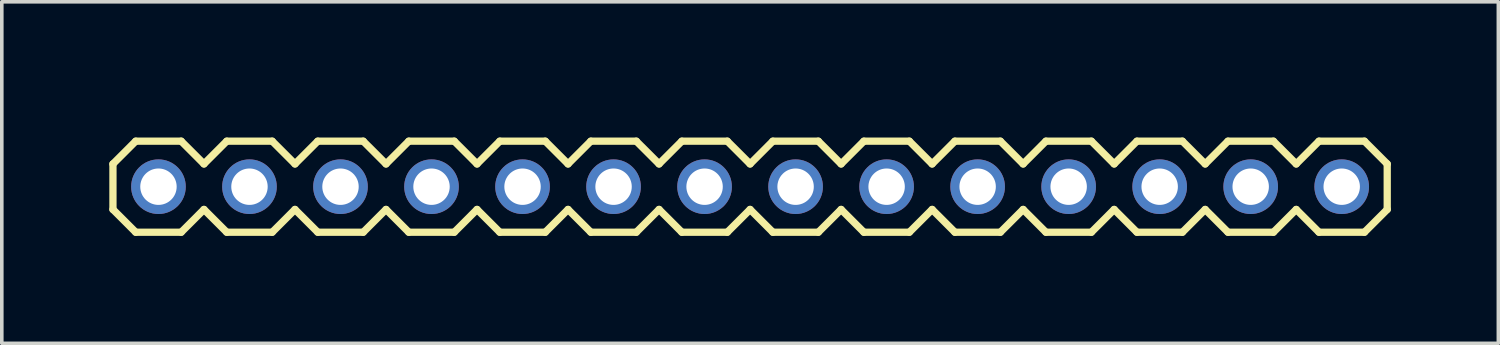
<source format=kicad_pcb>
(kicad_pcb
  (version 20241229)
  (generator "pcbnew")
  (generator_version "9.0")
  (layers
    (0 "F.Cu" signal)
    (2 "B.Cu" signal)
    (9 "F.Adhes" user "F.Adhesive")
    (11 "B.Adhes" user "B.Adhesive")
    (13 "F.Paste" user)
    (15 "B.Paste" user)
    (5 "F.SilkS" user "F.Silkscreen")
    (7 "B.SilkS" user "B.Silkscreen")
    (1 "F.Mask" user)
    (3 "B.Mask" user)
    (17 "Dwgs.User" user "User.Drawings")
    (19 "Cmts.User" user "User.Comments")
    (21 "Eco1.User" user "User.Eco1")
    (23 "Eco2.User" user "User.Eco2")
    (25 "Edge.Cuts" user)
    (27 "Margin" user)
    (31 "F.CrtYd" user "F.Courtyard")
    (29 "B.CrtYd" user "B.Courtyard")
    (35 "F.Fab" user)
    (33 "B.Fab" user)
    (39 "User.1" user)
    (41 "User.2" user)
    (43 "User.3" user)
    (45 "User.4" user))
  (footprint "1X14"
    (layer "F.Cu")
    (at 1.372 2.16)
    (property "Reference" "1X14" (at 1.194 -1.194 0) (layer "Eco1.User") (effects (font (size 1.27 1.27) (thickness 0.127))))
    (attr through_hole)
    (fp_line (start -1.27 -0.635) (end -1.27 0.635) (stroke (width 0.203) (type solid)) (layer "F.SilkS"))
    (fp_line (start -1.27 0.635) (end -0.635 1.27) (stroke (width 0.203) (type solid)) (layer "F.SilkS"))
    (fp_line (start -0.635 -1.27) (end -1.27 -0.635) (stroke (width 0.203) (type solid)) (layer "F.SilkS"))
    (fp_line (start -0.635 -1.27) (end 0.635 -1.27) (stroke (width 0.203) (type solid)) (layer "F.SilkS"))
    (fp_line (start 0.635 -1.27) (end 1.27 -0.635) (stroke (width 0.203) (type solid)) (layer "F.SilkS"))
    (fp_line (start 0.635 1.27) (end -0.635 1.27) (stroke (width 0.203) (type solid)) (layer "F.SilkS"))
    (fp_line (start 1.27 -0.635) (end 1.905 -1.27) (stroke (width 0.203) (type solid)) (layer "F.SilkS"))
    (fp_line (start 1.27 0.635) (end 0.635 1.27) (stroke (width 0.203) (type solid)) (layer "F.SilkS"))
    (fp_line (start 1.905 -1.27) (end 3.175 -1.27) (stroke (width 0.203) (type solid)) (layer "F.SilkS"))
    (fp_line (start 1.905 1.27) (end 1.27 0.635) (stroke (width 0.203) (type solid)) (layer "F.SilkS"))
    (fp_line (start 3.175 -1.27) (end 3.81 -0.635) (stroke (width 0.203) (type solid)) (layer "F.SilkS"))
    (fp_line (start 3.175 1.27) (end 1.905 1.27) (stroke (width 0.203) (type solid)) (layer "F.SilkS"))
    (fp_line (start 3.81 -0.635) (end 4.445 -1.27) (stroke (width 0.203) (type solid)) (layer "F.SilkS"))
    (fp_line (start 3.81 0.635) (end 3.175 1.27) (stroke (width 0.203) (type solid)) (layer "F.SilkS"))
    (fp_line (start 4.445 -1.27) (end 5.715 -1.27) (stroke (width 0.203) (type solid)) (layer "F.SilkS"))
    (fp_line (start 4.445 1.27) (end 3.81 0.635) (stroke (width 0.203) (type solid)) (layer "F.SilkS"))
    (fp_line (start 5.715 -1.27) (end 6.35 -0.635) (stroke (width 0.203) (type solid)) (layer "F.SilkS"))
    (fp_line (start 5.715 1.27) (end 4.445 1.27) (stroke (width 0.203) (type solid)) (layer "F.SilkS"))
    (fp_line (start 6.35 0.635) (end 5.715 1.27) (stroke (width 0.203) (type solid)) (layer "F.SilkS"))
    (fp_line (start 6.35 0.635) (end 6.985 1.27) (stroke (width 0.203) (type solid)) (layer "F.SilkS"))
    (fp_line (start 6.985 -1.27) (end 6.35 -0.635) (stroke (width 0.203) (type solid)) (layer "F.SilkS"))
    (fp_line (start 6.985 -1.27) (end 8.255 -1.27) (stroke (width 0.203) (type solid)) (layer "F.SilkS"))
    (fp_line (start 8.255 -1.27) (end 8.89 -0.635) (stroke (width 0.203) (type solid)) (layer "F.SilkS"))
    (fp_line (start 8.255 1.27) (end 6.985 1.27) (stroke (width 0.203) (type solid)) (layer "F.SilkS"))
    (fp_line (start 8.89 -0.635) (end 9.525 -1.27) (stroke (width 0.203) (type solid)) (layer "F.SilkS"))
    (fp_line (start 8.89 0.635) (end 8.255 1.27) (stroke (width 0.203) (type solid)) (layer "F.SilkS"))
    (fp_line (start 9.525 -1.27) (end 10.795 -1.27) (stroke (width 0.203) (type solid)) (layer "F.SilkS"))
    (fp_line (start 9.525 1.27) (end 8.89 0.635) (stroke (width 0.203) (type solid)) (layer "F.SilkS"))
    (fp_line (start 10.795 -1.27) (end 11.43 -0.635) (stroke (width 0.203) (type solid)) (layer "F.SilkS"))
    (fp_line (start 10.795 1.27) (end 9.525 1.27) (stroke (width 0.203) (type solid)) (layer "F.SilkS"))
    (fp_line (start 11.43 -0.635) (end 12.065 -1.27) (stroke (width 0.203) (type solid)) (layer "F.SilkS"))
    (fp_line (start 11.43 0.635) (end 10.795 1.27) (stroke (width 0.203) (type solid)) (layer "F.SilkS"))
    (fp_line (start 12.065 -1.27) (end 13.335 -1.27) (stroke (width 0.203) (type solid)) (layer "F.SilkS"))
    (fp_line (start 12.065 1.27) (end 11.43 0.635) (stroke (width 0.203) (type solid)) (layer "F.SilkS"))
    (fp_line (start 13.335 -1.27) (end 13.97 -0.635) (stroke (width 0.203) (type solid)) (layer "F.SilkS"))
    (fp_line (start 13.335 1.27) (end 12.065 1.27) (stroke (width 0.203) (type solid)) (layer "F.SilkS"))
    (fp_line (start 13.97 0.635) (end 13.335 1.27) (stroke (width 0.203) (type solid)) (layer "F.SilkS"))
    (fp_line (start 13.97 0.635) (end 14.605 1.27) (stroke (width 0.203) (type solid)) (layer "F.SilkS"))
    (fp_line (start 14.605 -1.27) (end 13.97 -0.635) (stroke (width 0.203) (type solid)) (layer "F.SilkS"))
    (fp_line (start 14.605 -1.27) (end 15.875 -1.27) (stroke (width 0.203) (type solid)) (layer "F.SilkS"))
    (fp_line (start 15.875 -1.27) (end 16.51 -0.635) (stroke (width 0.203) (type solid)) (layer "F.SilkS"))
    (fp_line (start 15.875 1.27) (end 14.605 1.27) (stroke (width 0.203) (type solid)) (layer "F.SilkS"))
    (fp_line (start 16.51 0.635) (end 15.875 1.27) (stroke (width 0.203) (type solid)) (layer "F.SilkS"))
    (fp_line (start 16.51 0.635) (end 17.145 1.27) (stroke (width 0.203) (type solid)) (layer "F.SilkS"))
    (fp_line (start 17.145 -1.27) (end 16.51 -0.635) (stroke (width 0.203) (type solid)) (layer "F.SilkS"))
    (fp_line (start 17.145 -1.27) (end 18.415 -1.27) (stroke (width 0.203) (type solid)) (layer "F.SilkS"))
    (fp_line (start 18.415 -1.27) (end 19.05 -0.635) (stroke (width 0.203) (type solid)) (layer "F.SilkS"))
    (fp_line (start 18.415 1.27) (end 17.145 1.27) (stroke (width 0.203) (type solid)) (layer "F.SilkS"))
    (fp_line (start 19.05 -0.635) (end 19.685 -1.27) (stroke (width 0.203) (type solid)) (layer "F.SilkS"))
    (fp_line (start 19.05 0.635) (end 18.415 1.27) (stroke (width 0.203) (type solid)) (layer "F.SilkS"))
    (fp_line (start 19.685 -1.27) (end 20.955 -1.27) (stroke (width 0.203) (type solid)) (layer "F.SilkS"))
    (fp_line (start 19.685 1.27) (end 19.05 0.635) (stroke (width 0.203) (type solid)) (layer "F.SilkS"))
    (fp_line (start 20.955 -1.27) (end 21.59 -0.635) (stroke (width 0.203) (type solid)) (layer "F.SilkS"))
    (fp_line (start 20.955 1.27) (end 19.685 1.27) (stroke (width 0.203) (type solid)) (layer "F.SilkS"))
    (fp_line (start 21.59 -0.635) (end 22.225 -1.27) (stroke (width 0.203) (type solid)) (layer "F.SilkS"))
    (fp_line (start 21.59 0.635) (end 20.955 1.27) (stroke (width 0.203) (type solid)) (layer "F.SilkS"))
    (fp_line (start 22.225 -1.27) (end 23.495 -1.27) (stroke (width 0.203) (type solid)) (layer "F.SilkS"))
    (fp_line (start 22.225 1.27) (end 21.59 0.635) (stroke (width 0.203) (type solid)) (layer "F.SilkS"))
    (fp_line (start 23.495 -1.27) (end 24.13 -0.635) (stroke (width 0.203) (type solid)) (layer "F.SilkS"))
    (fp_line (start 23.495 1.27) (end 22.225 1.27) (stroke (width 0.203) (type solid)) (layer "F.SilkS"))
    (fp_line (start 24.13 0.635) (end 23.495 1.27) (stroke (width 0.203) (type solid)) (layer "F.SilkS"))
    (fp_line (start 24.13 0.635) (end 24.765 1.27) (stroke (width 0.203) (type solid)) (layer "F.SilkS"))
    (fp_line (start 24.765 -1.27) (end 24.13 -0.635) (stroke (width 0.203) (type solid)) (layer "F.SilkS"))
    (fp_line (start 24.765 -1.27) (end 26.035 -1.27) (stroke (width 0.203) (type solid)) (layer "F.SilkS"))
    (fp_line (start 26.035 -1.27) (end 26.67 -0.635) (stroke (width 0.203) (type solid)) (layer "F.SilkS"))
    (fp_line (start 26.035 1.27) (end 24.765 1.27) (stroke (width 0.203) (type solid)) (layer "F.SilkS"))
    (fp_line (start 26.67 -0.635) (end 27.305 -1.27) (stroke (width 0.203) (type solid)) (layer "F.SilkS"))
    (fp_line (start 26.67 0.635) (end 26.035 1.27) (stroke (width 0.203) (type solid)) (layer "F.SilkS"))
    (fp_line (start 27.305 -1.27) (end 28.575 -1.27) (stroke (width 0.203) (type solid)) (layer "F.SilkS"))
    (fp_line (start 27.305 1.27) (end 26.67 0.635) (stroke (width 0.203) (type solid)) (layer "F.SilkS"))
    (fp_line (start 28.575 -1.27) (end 29.21 -0.635) (stroke (width 0.203) (type solid)) (layer "F.SilkS"))
    (fp_line (start 28.575 1.27) (end 27.305 1.27) (stroke (width 0.203) (type solid)) (layer "F.SilkS"))
    (fp_line (start 29.21 -0.635) (end 29.845 -1.27) (stroke (width 0.203) (type solid)) (layer "F.SilkS"))
    (fp_line (start 29.21 0.635) (end 28.575 1.27) (stroke (width 0.203) (type solid)) (layer "F.SilkS"))
    (fp_line (start 29.845 -1.27) (end 31.115 -1.27) (stroke (width 0.203) (type solid)) (layer "F.SilkS"))
    (fp_line (start 29.845 1.27) (end 29.21 0.635) (stroke (width 0.203) (type solid)) (layer "F.SilkS"))
    (fp_line (start 31.115 -1.27) (end 31.75 -0.635) (stroke (width 0.203) (type solid)) (layer "F.SilkS"))
    (fp_line (start 31.115 1.27) (end 29.845 1.27) (stroke (width 0.203) (type solid)) (layer "F.SilkS"))
    (fp_line (start 31.75 0.635) (end 31.115 1.27) (stroke (width 0.203) (type solid)) (layer "F.SilkS"))
    (fp_line (start 31.75 0.635) (end 32.385 1.27) (stroke (width 0.203) (type solid)) (layer "F.SilkS"))
    (fp_line (start 32.385 -1.27) (end 31.75 -0.635) (stroke (width 0.203) (type solid)) (layer "F.SilkS"))
    (fp_line (start 32.385 -1.27) (end 33.655 -1.27) (stroke (width 0.203) (type solid)) (layer "F.SilkS"))
    (fp_line (start 33.655 -1.27) (end 34.29 -0.635) (stroke (width 0.203) (type solid)) (layer "F.SilkS"))
    (fp_line (start 33.655 1.27) (end 32.385 1.27) (stroke (width 0.203) (type solid)) (layer "F.SilkS"))
    (fp_line (start 34.29 -0.635) (end 34.29 0.635) (stroke (width 0.203) (type solid)) (layer "F.SilkS"))
    (fp_line (start 34.29 0.635) (end 33.655 1.27) (stroke (width 0.203) (type solid)) (layer "F.SilkS"))
    (pad "1" thru_hole oval (at 0 0 90) (size 1.524 1.524) (drill 1.016) (layers "*.Cu" "*.Mask"))
    (pad "2" thru_hole oval (at 2.54 0 90) (size 1.524 1.524) (drill 1.016) (layers "*.Cu" "*.Mask"))
    (pad "3" thru_hole oval (at 5.08 0 90) (size 1.524 1.524) (drill 1.016) (layers "*.Cu" "*.Mask"))
    (pad "4" thru_hole oval (at 7.62 0 90) (size 1.524 1.524) (drill 1.016) (layers "*.Cu" "*.Mask"))
    (pad "5" thru_hole oval (at 10.16 0 90) (size 1.524 1.524) (drill 1.016) (layers "*.Cu" "*.Mask"))
    (pad "6" thru_hole oval (at 12.7 0 90) (size 1.524 1.524) (drill 1.016) (layers "*.Cu" "*.Mask"))
    (pad "7" thru_hole oval (at 15.24 0 90) (size 1.524 1.524) (drill 1.016) (layers "*.Cu" "*.Mask"))
    (pad "8" thru_hole oval (at 17.78 0 90) (size 1.524 1.524) (drill 1.016) (layers "*.Cu" "*.Mask"))
    (pad "9" thru_hole oval (at 20.32 0 90) (size 1.524 1.524) (drill 1.016) (layers "*.Cu" "*.Mask"))
    (pad "10" thru_hole oval (at 22.86 0 90) (size 1.524 1.524) (drill 1.016) (layers "*.Cu" "*.Mask"))
    (pad "11" thru_hole oval (at 25.4 0 90) (size 1.524 1.524) (drill 1.016) (layers "*.Cu" "*.Mask"))
    (pad "12" thru_hole oval (at 27.94 0 90) (size 1.524 1.524) (drill 1.016) (layers "*.Cu" "*.Mask"))
    (pad "13" thru_hole oval (at 30.48 0 90) (size 1.524 1.524) (drill 1.016) (layers "*.Cu" "*.Mask"))
    (pad "14" thru_hole oval (at 33.02 0 90) (size 1.524 1.524) (drill 1.016) (layers "*.Cu" "*.Mask")))
  (gr_rect
    (start -3 -3)
    (end 38.763 6.531)
    (stroke (width 0.1) (type default))
    (fill no)
    (layer "Edge.Cuts")))
</source>
